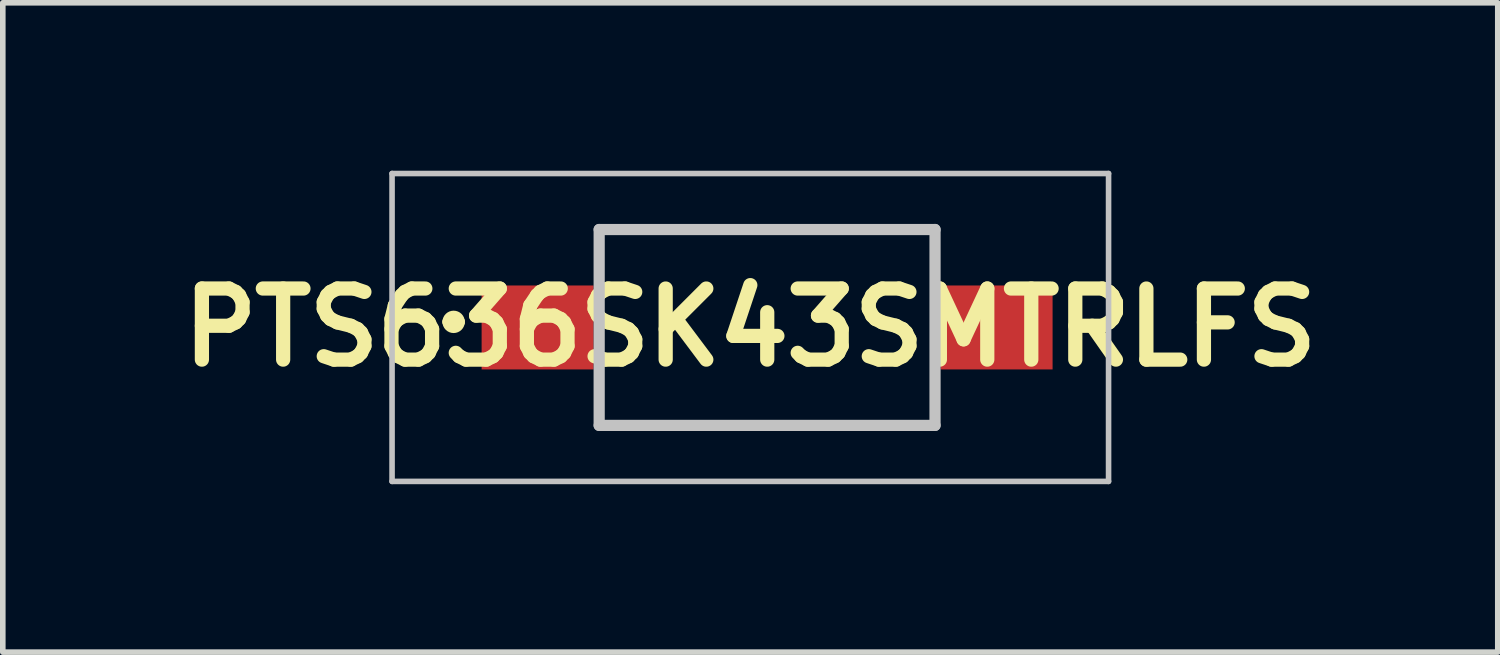
<source format=kicad_pcb>
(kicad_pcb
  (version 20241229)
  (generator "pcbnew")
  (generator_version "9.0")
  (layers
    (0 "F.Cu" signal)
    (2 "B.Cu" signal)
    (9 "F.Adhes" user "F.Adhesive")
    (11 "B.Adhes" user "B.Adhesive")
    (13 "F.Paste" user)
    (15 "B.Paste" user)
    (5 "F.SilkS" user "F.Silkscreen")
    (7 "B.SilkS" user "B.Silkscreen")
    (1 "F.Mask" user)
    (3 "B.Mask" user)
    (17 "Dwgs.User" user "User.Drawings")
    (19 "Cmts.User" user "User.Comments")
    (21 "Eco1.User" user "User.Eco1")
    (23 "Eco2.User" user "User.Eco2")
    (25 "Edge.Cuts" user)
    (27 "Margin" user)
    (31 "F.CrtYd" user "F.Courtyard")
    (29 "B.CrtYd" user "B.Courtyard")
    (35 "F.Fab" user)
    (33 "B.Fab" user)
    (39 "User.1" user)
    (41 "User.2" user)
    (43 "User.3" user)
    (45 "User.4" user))
  (footprint "PTS636SK43SMTRLFS"
    (layer "F.Cu")
    (at 10.654 2.8)
    (property "Reference" "PTS636SK43SMTRLFS" (at -0.3 0 0) (layer "F.SilkS") (effects (font (size 1.27 1.27) (thickness 0.254))))
    (attr smd)
    (fp_line (start -5.7 -0.1) (end -5.7 -0.1) (stroke (width 0.2) (type solid)) (layer "F.SilkS"))
    (fp_line (start -5.5 -0.1) (end -5.5 -0.1) (stroke (width 0.2) (type solid)) (layer "F.SilkS"))
    (fp_line (start -3 -1.75) (end 3 -1.75) (stroke (width 0.1) (type solid)) (layer "F.SilkS"))
    (fp_line (start -3 -1.1) (end -3 -1.75) (stroke (width 0.1) (type solid)) (layer "F.SilkS"))
    (fp_line (start -3 1.1) (end -3 1.75) (stroke (width 0.1) (type solid)) (layer "F.SilkS"))
    (fp_line (start -3 1.75) (end 3 1.75) (stroke (width 0.1) (type solid)) (layer "F.SilkS"))
    (fp_line (start 3 -1.75) (end 3 -1.1) (stroke (width 0.1) (type solid)) (layer "F.SilkS"))
    (fp_line (start 3 1.75) (end 3 1.1) (stroke (width 0.1) (type solid)) (layer "F.SilkS"))
    (fp_arc (start -5.7 -0.1) (mid -5.6 -0.2) (end -5.5 -0.1) (stroke (width 0.2) (type solid)) (layer "F.SilkS"))
    (fp_arc (start -5.5 -0.1) (mid -5.6 0) (end -5.7 -0.1) (stroke (width 0.2) (type solid)) (layer "F.SilkS"))
    (fp_line (start -6.7 -2.75) (end 6.1 -2.75) (stroke (width 0.1) (type solid)) (layer "Dwgs.User"))
    (fp_line (start -6.7 2.75) (end -6.7 -2.75) (stroke (width 0.1) (type solid)) (layer "Dwgs.User"))
    (fp_line (start -3 -1.75) (end 3 -1.75) (stroke (width 0.2) (type solid)) (layer "Dwgs.User"))
    (fp_line (start -3 1.75) (end -3 -1.75) (stroke (width 0.2) (type solid)) (layer "Dwgs.User"))
    (fp_line (start 3 -1.75) (end 3 1.75) (stroke (width 0.2) (type solid)) (layer "Dwgs.User"))
    (fp_line (start 3 1.75) (end -3 1.75) (stroke (width 0.2) (type solid)) (layer "Dwgs.User"))
    (fp_line (start 6.1 -2.75) (end 6.1 2.75) (stroke (width 0.1) (type solid)) (layer "Dwgs.User"))
    (fp_line (start 6.1 2.75) (end -6.7 2.75) (stroke (width 0.1) (type solid)) (layer "Dwgs.User"))
    (pad "1" smd rect (at -4.1 0 90) (size 1.5 2) (layers "F.Cu" "F.Mask" "F.Paste"))
    (pad "2" smd rect (at 4.1 0 90) (size 1.5 2) (layers "F.Cu" "F.Mask" "F.Paste")))
  (gr_rect
    (start -3 -3)
    (end 23.707 8.6)
    (stroke (width 0.1) (type default))
    (fill no)
    (layer "Edge.Cuts")))
</source>
